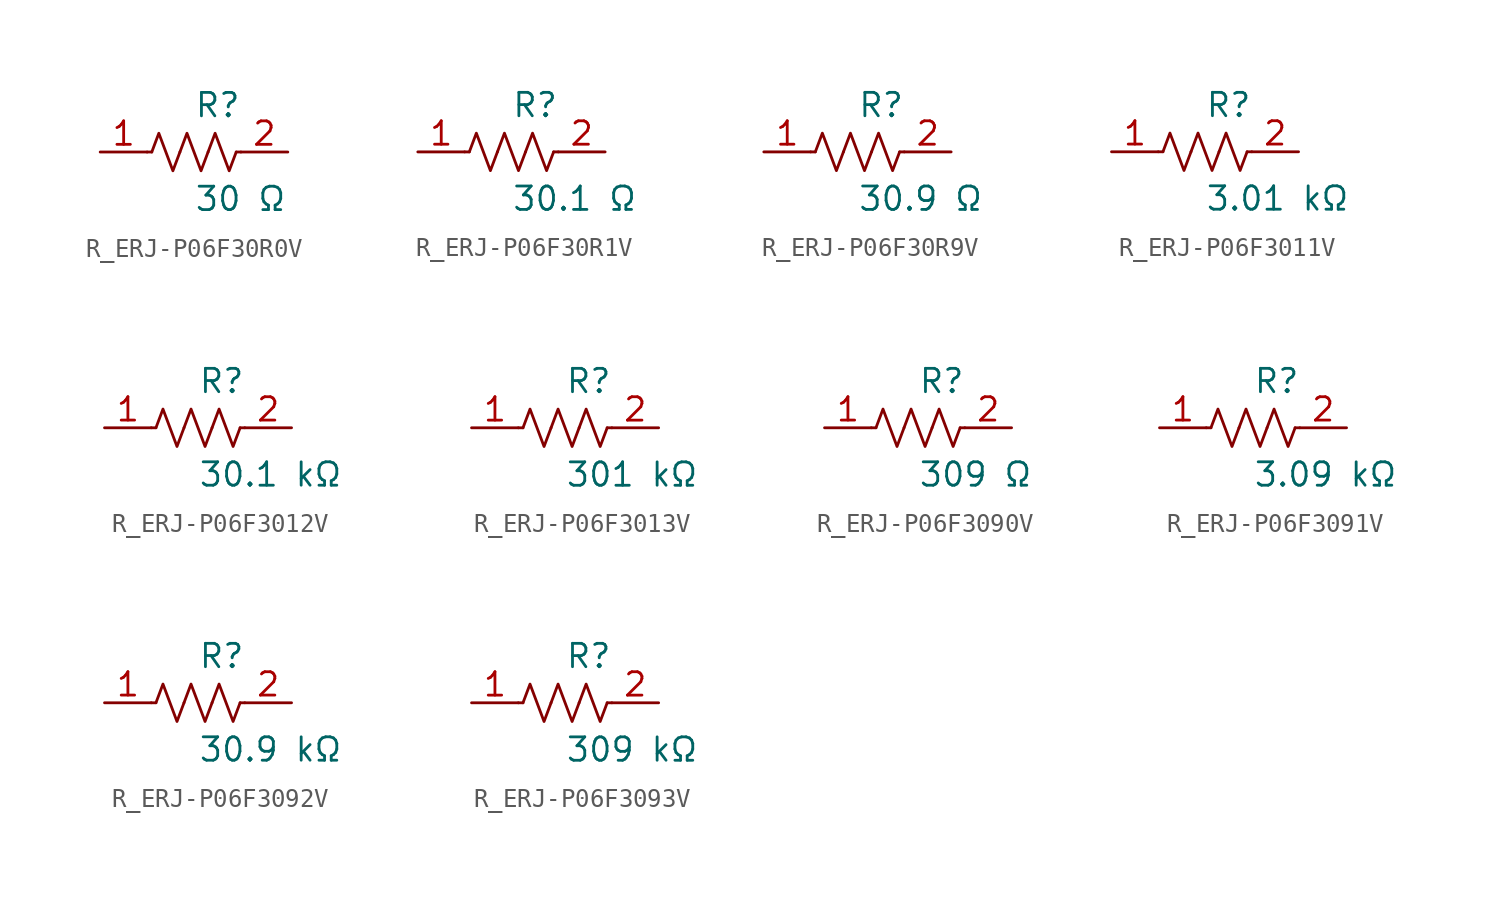
<source format=kicad_sym>
(kicad_symbol_lib
  (version 20231120)
  (generator kicad_symbol_editor)
  (generator_version 8.0)
  (symbol "R_ERJ-P06F30R0V"
    (pin_names
      (offset 0.254))
    (property "Reference" "R"
      (at 0.0 2.54 0)
      (effects (font (size 1.27 1.27)) (justify left)))
    (property "Value" "30 Ω"
      (at 0.0 -2.54 0)
      (effects (font (size 1.27 1.27)) (justify left)))
    (symbol "R_ERJ-P06F30R0V_0_1"
      (polyline (pts (xy 2.286 0) (xy 2.54 0)) (stroke (width 0) (type default)) (fill (type none)))
      (polyline (pts (xy -2.286 0) (xy -2.54 0)) (stroke (width 0) (type default)) (fill (type none)))
      (polyline (pts (xy 0.762 0) (xy 1.143 1.016) (xy 1.524 0) (xy 1.905 -1.016) (xy 2.286 0)) (stroke (width 0) (type default)) (fill (type none)))
      (polyline (pts (xy -0.762 0) (xy -0.381 1.016) (xy 0 0) (xy 0.381 -1.016) (xy 0.762 0)) (stroke (width 0) (type default)) (fill (type none)))
      (polyline (pts (xy -2.286 0) (xy -1.905 1.016) (xy -1.524 0) (xy -1.143 -1.016) (xy -0.762 0)) (stroke (width 0) (type default)) (fill (type none))))
    (pin unspecified line
      (at -5.08 0 0)
      (length 2.54)
      (name "" (effects (font (size 1.27 1.27))))
      (number "1" (effects (font (size 1.27 1.27)))))
    (pin unspecified line
      (at 5.08 0 180)
      (length 2.54)
      (name "" (effects (font (size 1.27 1.27))))
      (number "2" (effects (font (size 1.27 1.27))))))
  (symbol "R_ERJ-P06F30R1V"
    (pin_names
      (offset 0.254))
    (property "Reference" "R"
      (at 0.0 2.54 0)
      (effects (font (size 1.27 1.27)) (justify left)))
    (property "Value" "30.1 Ω"
      (at 0.0 -2.54 0)
      (effects (font (size 1.27 1.27)) (justify left)))
    (symbol "R_ERJ-P06F30R1V_0_1"
      (polyline (pts (xy 2.286 0) (xy 2.54 0)) (stroke (width 0) (type default)) (fill (type none)))
      (polyline (pts (xy -2.286 0) (xy -2.54 0)) (stroke (width 0) (type default)) (fill (type none)))
      (polyline (pts (xy 0.762 0) (xy 1.143 1.016) (xy 1.524 0) (xy 1.905 -1.016) (xy 2.286 0)) (stroke (width 0) (type default)) (fill (type none)))
      (polyline (pts (xy -0.762 0) (xy -0.381 1.016) (xy 0 0) (xy 0.381 -1.016) (xy 0.762 0)) (stroke (width 0) (type default)) (fill (type none)))
      (polyline (pts (xy -2.286 0) (xy -1.905 1.016) (xy -1.524 0) (xy -1.143 -1.016) (xy -0.762 0)) (stroke (width 0) (type default)) (fill (type none))))
    (pin unspecified line
      (at -5.08 0 0)
      (length 2.54)
      (name "" (effects (font (size 1.27 1.27))))
      (number "1" (effects (font (size 1.27 1.27)))))
    (pin unspecified line
      (at 5.08 0 180)
      (length 2.54)
      (name "" (effects (font (size 1.27 1.27))))
      (number "2" (effects (font (size 1.27 1.27))))))
  (symbol "R_ERJ-P06F30R9V"
    (pin_names
      (offset 0.254))
    (property "Reference" "R"
      (at 0.0 2.54 0)
      (effects (font (size 1.27 1.27)) (justify left)))
    (property "Value" "30.9 Ω"
      (at 0.0 -2.54 0)
      (effects (font (size 1.27 1.27)) (justify left)))
    (symbol "R_ERJ-P06F30R9V_0_1"
      (polyline (pts (xy 2.286 0) (xy 2.54 0)) (stroke (width 0) (type default)) (fill (type none)))
      (polyline (pts (xy -2.286 0) (xy -2.54 0)) (stroke (width 0) (type default)) (fill (type none)))
      (polyline (pts (xy 0.762 0) (xy 1.143 1.016) (xy 1.524 0) (xy 1.905 -1.016) (xy 2.286 0)) (stroke (width 0) (type default)) (fill (type none)))
      (polyline (pts (xy -0.762 0) (xy -0.381 1.016) (xy 0 0) (xy 0.381 -1.016) (xy 0.762 0)) (stroke (width 0) (type default)) (fill (type none)))
      (polyline (pts (xy -2.286 0) (xy -1.905 1.016) (xy -1.524 0) (xy -1.143 -1.016) (xy -0.762 0)) (stroke (width 0) (type default)) (fill (type none))))
    (pin unspecified line
      (at -5.08 0 0)
      (length 2.54)
      (name "" (effects (font (size 1.27 1.27))))
      (number "1" (effects (font (size 1.27 1.27)))))
    (pin unspecified line
      (at 5.08 0 180)
      (length 2.54)
      (name "" (effects (font (size 1.27 1.27))))
      (number "2" (effects (font (size 1.27 1.27))))))
  (symbol "R_ERJ-P06F3011V"
    (pin_names
      (offset 0.254))
    (property "Reference" "R"
      (at 0.0 2.54 0)
      (effects (font (size 1.27 1.27)) (justify left)))
    (property "Value" "3.01 kΩ"
      (at 0.0 -2.54 0)
      (effects (font (size 1.27 1.27)) (justify left)))
    (symbol "R_ERJ-P06F3011V_0_1"
      (polyline (pts (xy 2.286 0) (xy 2.54 0)) (stroke (width 0) (type default)) (fill (type none)))
      (polyline (pts (xy -2.286 0) (xy -2.54 0)) (stroke (width 0) (type default)) (fill (type none)))
      (polyline (pts (xy 0.762 0) (xy 1.143 1.016) (xy 1.524 0) (xy 1.905 -1.016) (xy 2.286 0)) (stroke (width 0) (type default)) (fill (type none)))
      (polyline (pts (xy -0.762 0) (xy -0.381 1.016) (xy 0 0) (xy 0.381 -1.016) (xy 0.762 0)) (stroke (width 0) (type default)) (fill (type none)))
      (polyline (pts (xy -2.286 0) (xy -1.905 1.016) (xy -1.524 0) (xy -1.143 -1.016) (xy -0.762 0)) (stroke (width 0) (type default)) (fill (type none))))
    (pin unspecified line
      (at -5.08 0 0)
      (length 2.54)
      (name "" (effects (font (size 1.27 1.27))))
      (number "1" (effects (font (size 1.27 1.27)))))
    (pin unspecified line
      (at 5.08 0 180)
      (length 2.54)
      (name "" (effects (font (size 1.27 1.27))))
      (number "2" (effects (font (size 1.27 1.27))))))
  (symbol "R_ERJ-P06F3012V"
    (pin_names
      (offset 0.254))
    (property "Reference" "R"
      (at 0.0 2.54 0)
      (effects (font (size 1.27 1.27)) (justify left)))
    (property "Value" "30.1 kΩ"
      (at 0.0 -2.54 0)
      (effects (font (size 1.27 1.27)) (justify left)))
    (symbol "R_ERJ-P06F3012V_0_1"
      (polyline (pts (xy 2.286 0) (xy 2.54 0)) (stroke (width 0) (type default)) (fill (type none)))
      (polyline (pts (xy -2.286 0) (xy -2.54 0)) (stroke (width 0) (type default)) (fill (type none)))
      (polyline (pts (xy 0.762 0) (xy 1.143 1.016) (xy 1.524 0) (xy 1.905 -1.016) (xy 2.286 0)) (stroke (width 0) (type default)) (fill (type none)))
      (polyline (pts (xy -0.762 0) (xy -0.381 1.016) (xy 0 0) (xy 0.381 -1.016) (xy 0.762 0)) (stroke (width 0) (type default)) (fill (type none)))
      (polyline (pts (xy -2.286 0) (xy -1.905 1.016) (xy -1.524 0) (xy -1.143 -1.016) (xy -0.762 0)) (stroke (width 0) (type default)) (fill (type none))))
    (pin unspecified line
      (at -5.08 0 0)
      (length 2.54)
      (name "" (effects (font (size 1.27 1.27))))
      (number "1" (effects (font (size 1.27 1.27)))))
    (pin unspecified line
      (at 5.08 0 180)
      (length 2.54)
      (name "" (effects (font (size 1.27 1.27))))
      (number "2" (effects (font (size 1.27 1.27))))))
  (symbol "R_ERJ-P06F3013V"
    (pin_names
      (offset 0.254))
    (property "Reference" "R"
      (at 0.0 2.54 0)
      (effects (font (size 1.27 1.27)) (justify left)))
    (property "Value" "301 kΩ"
      (at 0.0 -2.54 0)
      (effects (font (size 1.27 1.27)) (justify left)))
    (symbol "R_ERJ-P06F3013V_0_1"
      (polyline (pts (xy 2.286 0) (xy 2.54 0)) (stroke (width 0) (type default)) (fill (type none)))
      (polyline (pts (xy -2.286 0) (xy -2.54 0)) (stroke (width 0) (type default)) (fill (type none)))
      (polyline (pts (xy 0.762 0) (xy 1.143 1.016) (xy 1.524 0) (xy 1.905 -1.016) (xy 2.286 0)) (stroke (width 0) (type default)) (fill (type none)))
      (polyline (pts (xy -0.762 0) (xy -0.381 1.016) (xy 0 0) (xy 0.381 -1.016) (xy 0.762 0)) (stroke (width 0) (type default)) (fill (type none)))
      (polyline (pts (xy -2.286 0) (xy -1.905 1.016) (xy -1.524 0) (xy -1.143 -1.016) (xy -0.762 0)) (stroke (width 0) (type default)) (fill (type none))))
    (pin unspecified line
      (at -5.08 0 0)
      (length 2.54)
      (name "" (effects (font (size 1.27 1.27))))
      (number "1" (effects (font (size 1.27 1.27)))))
    (pin unspecified line
      (at 5.08 0 180)
      (length 2.54)
      (name "" (effects (font (size 1.27 1.27))))
      (number "2" (effects (font (size 1.27 1.27))))))
  (symbol "R_ERJ-P06F3090V"
    (pin_names
      (offset 0.254))
    (property "Reference" "R"
      (at 0.0 2.54 0)
      (effects (font (size 1.27 1.27)) (justify left)))
    (property "Value" "309 Ω"
      (at 0.0 -2.54 0)
      (effects (font (size 1.27 1.27)) (justify left)))
    (symbol "R_ERJ-P06F3090V_0_1"
      (polyline (pts (xy 2.286 0) (xy 2.54 0)) (stroke (width 0) (type default)) (fill (type none)))
      (polyline (pts (xy -2.286 0) (xy -2.54 0)) (stroke (width 0) (type default)) (fill (type none)))
      (polyline (pts (xy 0.762 0) (xy 1.143 1.016) (xy 1.524 0) (xy 1.905 -1.016) (xy 2.286 0)) (stroke (width 0) (type default)) (fill (type none)))
      (polyline (pts (xy -0.762 0) (xy -0.381 1.016) (xy 0 0) (xy 0.381 -1.016) (xy 0.762 0)) (stroke (width 0) (type default)) (fill (type none)))
      (polyline (pts (xy -2.286 0) (xy -1.905 1.016) (xy -1.524 0) (xy -1.143 -1.016) (xy -0.762 0)) (stroke (width 0) (type default)) (fill (type none))))
    (pin unspecified line
      (at -5.08 0 0)
      (length 2.54)
      (name "" (effects (font (size 1.27 1.27))))
      (number "1" (effects (font (size 1.27 1.27)))))
    (pin unspecified line
      (at 5.08 0 180)
      (length 2.54)
      (name "" (effects (font (size 1.27 1.27))))
      (number "2" (effects (font (size 1.27 1.27))))))
  (symbol "R_ERJ-P06F3091V"
    (pin_names
      (offset 0.254))
    (property "Reference" "R"
      (at 0.0 2.54 0)
      (effects (font (size 1.27 1.27)) (justify left)))
    (property "Value" "3.09 kΩ"
      (at 0.0 -2.54 0)
      (effects (font (size 1.27 1.27)) (justify left)))
    (symbol "R_ERJ-P06F3091V_0_1"
      (polyline (pts (xy 2.286 0) (xy 2.54 0)) (stroke (width 0) (type default)) (fill (type none)))
      (polyline (pts (xy -2.286 0) (xy -2.54 0)) (stroke (width 0) (type default)) (fill (type none)))
      (polyline (pts (xy 0.762 0) (xy 1.143 1.016) (xy 1.524 0) (xy 1.905 -1.016) (xy 2.286 0)) (stroke (width 0) (type default)) (fill (type none)))
      (polyline (pts (xy -0.762 0) (xy -0.381 1.016) (xy 0 0) (xy 0.381 -1.016) (xy 0.762 0)) (stroke (width 0) (type default)) (fill (type none)))
      (polyline (pts (xy -2.286 0) (xy -1.905 1.016) (xy -1.524 0) (xy -1.143 -1.016) (xy -0.762 0)) (stroke (width 0) (type default)) (fill (type none))))
    (pin unspecified line
      (at -5.08 0 0)
      (length 2.54)
      (name "" (effects (font (size 1.27 1.27))))
      (number "1" (effects (font (size 1.27 1.27)))))
    (pin unspecified line
      (at 5.08 0 180)
      (length 2.54)
      (name "" (effects (font (size 1.27 1.27))))
      (number "2" (effects (font (size 1.27 1.27))))))
  (symbol "R_ERJ-P06F3092V"
    (pin_names
      (offset 0.254))
    (property "Reference" "R"
      (at 0.0 2.54 0)
      (effects (font (size 1.27 1.27)) (justify left)))
    (property "Value" "30.9 kΩ"
      (at 0.0 -2.54 0)
      (effects (font (size 1.27 1.27)) (justify left)))
    (symbol "R_ERJ-P06F3092V_0_1"
      (polyline (pts (xy 2.286 0) (xy 2.54 0)) (stroke (width 0) (type default)) (fill (type none)))
      (polyline (pts (xy -2.286 0) (xy -2.54 0)) (stroke (width 0) (type default)) (fill (type none)))
      (polyline (pts (xy 0.762 0) (xy 1.143 1.016) (xy 1.524 0) (xy 1.905 -1.016) (xy 2.286 0)) (stroke (width 0) (type default)) (fill (type none)))
      (polyline (pts (xy -0.762 0) (xy -0.381 1.016) (xy 0 0) (xy 0.381 -1.016) (xy 0.762 0)) (stroke (width 0) (type default)) (fill (type none)))
      (polyline (pts (xy -2.286 0) (xy -1.905 1.016) (xy -1.524 0) (xy -1.143 -1.016) (xy -0.762 0)) (stroke (width 0) (type default)) (fill (type none))))
    (pin unspecified line
      (at -5.08 0 0)
      (length 2.54)
      (name "" (effects (font (size 1.27 1.27))))
      (number "1" (effects (font (size 1.27 1.27)))))
    (pin unspecified line
      (at 5.08 0 180)
      (length 2.54)
      (name "" (effects (font (size 1.27 1.27))))
      (number "2" (effects (font (size 1.27 1.27))))))
  (symbol "R_ERJ-P06F3093V"
    (pin_names
      (offset 0.254))
    (property "Reference" "R"
      (at 0.0 2.54 0)
      (effects (font (size 1.27 1.27)) (justify left)))
    (property "Value" "309 kΩ"
      (at 0.0 -2.54 0)
      (effects (font (size 1.27 1.27)) (justify left)))
    (symbol "R_ERJ-P06F3093V_0_1"
      (polyline (pts (xy 2.286 0) (xy 2.54 0)) (stroke (width 0) (type default)) (fill (type none)))
      (polyline (pts (xy -2.286 0) (xy -2.54 0)) (stroke (width 0) (type default)) (fill (type none)))
      (polyline (pts (xy 0.762 0) (xy 1.143 1.016) (xy 1.524 0) (xy 1.905 -1.016) (xy 2.286 0)) (stroke (width 0) (type default)) (fill (type none)))
      (polyline (pts (xy -0.762 0) (xy -0.381 1.016) (xy 0 0) (xy 0.381 -1.016) (xy 0.762 0)) (stroke (width 0) (type default)) (fill (type none)))
      (polyline (pts (xy -2.286 0) (xy -1.905 1.016) (xy -1.524 0) (xy -1.143 -1.016) (xy -0.762 0)) (stroke (width 0) (type default)) (fill (type none))))
    (pin unspecified line
      (at -5.08 0 0)
      (length 2.54)
      (name "" (effects (font (size 1.27 1.27))))
      (number "1" (effects (font (size 1.27 1.27)))))
    (pin unspecified line
      (at 5.08 0 180)
      (length 2.54)
      (name "" (effects (font (size 1.27 1.27))))
      (number "2" (effects (font (size 1.27 1.27)))))))
</source>
